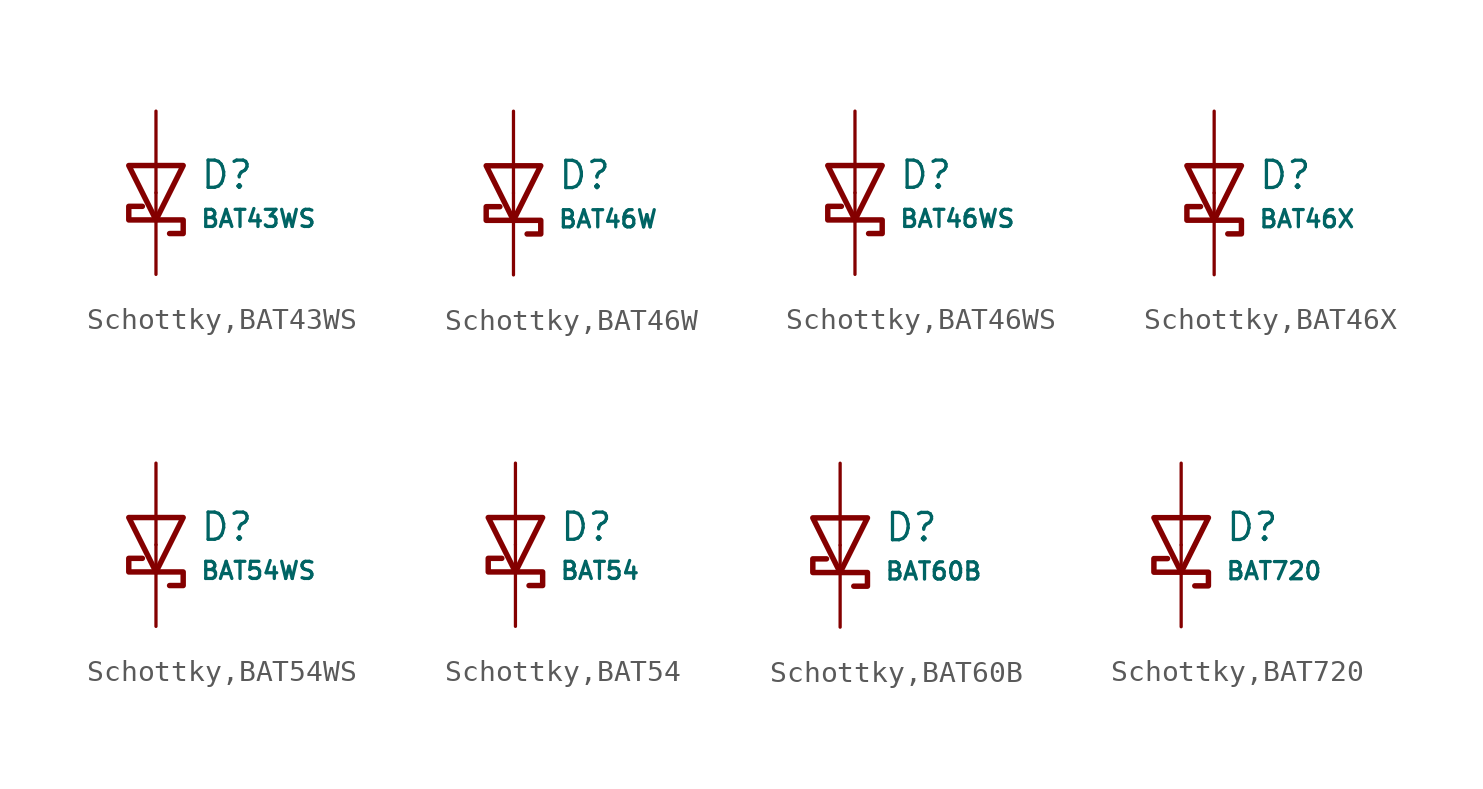
<source format=kicad_sym>
(kicad_symbol_lib
  (version 20231120)
  (generator "CDFER")
  (generator_version "8.0")
  (symbol "Schottky,BAT43WS"
    (pin_numbers hide)
    (pin_names
      (offset 0))
    (property "Reference" "D"
      (at 2.032 0.834 0)
      (effects (font (size 1.27 1.27)) (justify left)))
    (property "Value" "BAT43WS"
      (at 2.032 -1.212 0)
      (effects (font (size 0.8 0.8)) (justify left)))
    (symbol "Schottky,BAT43WS_0_1"
      (polyline (pts (xy -1.27 1.27) (xy 0.00 -1.27) (xy 1.27 1.27) (xy -1.27 1.27)) (stroke (width 0.254) (type default)) (fill (type none))))
    (symbol "Schottky,BAT43WS_0_1"
      (polyline (pts (xy 0.635 -1.905) (xy 1.27 -1.905) (xy 1.27 -1.27) (xy -1.27 -1.27) (xy -1.27 -0.635) (xy -0.635 -0.635)) (stroke (width 0.254) (type default)) (fill (type none))))
    (symbol "Schottky,BAT43WS_1_1"
      (pin passive line (at 0 3.81 270) (length 3.81) (name "~" (effects (font (size 1.27 1.27)))) (number "2" (effects (font (size 1.27 1.27)))))
      (pin passive line (at 0 -3.81 90) (length 3.81) (name "~" (effects (font (size 1.27 1.27)))) (number "1" (effects (font (size 1.27 1.27)))))))
  (symbol "Schottky,BAT46W"
    (pin_numbers hide)
    (pin_names
      (offset 0))
    (property "Reference" "D"
      (at 2.032 0.834 0)
      (effects (font (size 1.27 1.27)) (justify left)))
    (property "Value" "BAT46W"
      (at 2.032 -1.212 0)
      (effects (font (size 0.8 0.8)) (justify left)))
    (symbol "Schottky,BAT46W_0_1"
      (polyline (pts (xy -1.27 1.27) (xy 0.00 -1.27) (xy 1.27 1.27) (xy -1.27 1.27)) (stroke (width 0.254) (type default)) (fill (type none))))
    (symbol "Schottky,BAT46W_0_1"
      (polyline (pts (xy 0.635 -1.905) (xy 1.27 -1.905) (xy 1.27 -1.27) (xy -1.27 -1.27) (xy -1.27 -0.635) (xy -0.635 -0.635)) (stroke (width 0.254) (type default)) (fill (type none))))
    (symbol "Schottky,BAT46W_1_1"
      (pin passive line (at 0 3.81 270) (length 3.81) (name "~" (effects (font (size 1.27 1.27)))) (number "2" (effects (font (size 1.27 1.27)))))
      (pin passive line (at 0 -3.81 90) (length 3.81) (name "~" (effects (font (size 1.27 1.27)))) (number "1" (effects (font (size 1.27 1.27)))))))
  (symbol "Schottky,BAT46WS"
    (pin_numbers hide)
    (pin_names
      (offset 0))
    (property "Reference" "D"
      (at 2.032 0.834 0)
      (effects (font (size 1.27 1.27)) (justify left)))
    (property "Value" "BAT46WS"
      (at 2.032 -1.212 0)
      (effects (font (size 0.8 0.8)) (justify left)))
    (symbol "Schottky,BAT46WS_0_1"
      (polyline (pts (xy -1.27 1.27) (xy 0.00 -1.27) (xy 1.27 1.27) (xy -1.27 1.27)) (stroke (width 0.254) (type default)) (fill (type none))))
    (symbol "Schottky,BAT46WS_0_1"
      (polyline (pts (xy 0.635 -1.905) (xy 1.27 -1.905) (xy 1.27 -1.27) (xy -1.27 -1.27) (xy -1.27 -0.635) (xy -0.635 -0.635)) (stroke (width 0.254) (type default)) (fill (type none))))
    (symbol "Schottky,BAT46WS_1_1"
      (pin passive line (at 0 3.81 270) (length 3.81) (name "~" (effects (font (size 1.27 1.27)))) (number "2" (effects (font (size 1.27 1.27)))))
      (pin passive line (at 0 -3.81 90) (length 3.81) (name "~" (effects (font (size 1.27 1.27)))) (number "1" (effects (font (size 1.27 1.27)))))))
  (symbol "Schottky,BAT46X"
    (pin_numbers hide)
    (pin_names
      (offset 0))
    (property "Reference" "D"
      (at 2.032 0.834 0)
      (effects (font (size 1.27 1.27)) (justify left)))
    (property "Value" "BAT46X"
      (at 2.032 -1.212 0)
      (effects (font (size 0.8 0.8)) (justify left)))
    (symbol "Schottky,BAT46X_0_1"
      (polyline (pts (xy -1.27 1.27) (xy 0.00 -1.27) (xy 1.27 1.27) (xy -1.27 1.27)) (stroke (width 0.254) (type default)) (fill (type none))))
    (symbol "Schottky,BAT46X_0_1"
      (polyline (pts (xy 0.635 -1.905) (xy 1.27 -1.905) (xy 1.27 -1.27) (xy -1.27 -1.27) (xy -1.27 -0.635) (xy -0.635 -0.635)) (stroke (width 0.254) (type default)) (fill (type none))))
    (symbol "Schottky,BAT46X_1_1"
      (pin passive line (at 0 3.81 270) (length 3.81) (name "~" (effects (font (size 1.27 1.27)))) (number "2" (effects (font (size 1.27 1.27)))))
      (pin passive line (at 0 -3.81 90) (length 3.81) (name "~" (effects (font (size 1.27 1.27)))) (number "1" (effects (font (size 1.27 1.27)))))))
  (symbol "Schottky,BAT54WS"
    (pin_numbers hide)
    (pin_names
      (offset 0))
    (property "Reference" "D"
      (at 2.032 0.834 0)
      (effects (font (size 1.27 1.27)) (justify left)))
    (property "Value" "BAT54WS"
      (at 2.032 -1.212 0)
      (effects (font (size 0.8 0.8)) (justify left)))
    (symbol "Schottky,BAT54WS_0_1"
      (polyline (pts (xy -1.27 1.27) (xy 0.00 -1.27) (xy 1.27 1.27) (xy -1.27 1.27)) (stroke (width 0.254) (type default)) (fill (type none))))
    (symbol "Schottky,BAT54WS_0_1"
      (polyline (pts (xy 0.635 -1.905) (xy 1.27 -1.905) (xy 1.27 -1.27) (xy -1.27 -1.27) (xy -1.27 -0.635) (xy -0.635 -0.635)) (stroke (width 0.254) (type default)) (fill (type none))))
    (symbol "Schottky,BAT54WS_1_1"
      (pin passive line (at 0 3.81 270) (length 3.81) (name "~" (effects (font (size 1.27 1.27)))) (number "2" (effects (font (size 1.27 1.27)))))
      (pin passive line (at 0 -3.81 90) (length 3.81) (name "~" (effects (font (size 1.27 1.27)))) (number "1" (effects (font (size 1.27 1.27)))))))
  (symbol "Schottky,BAT54"
    (pin_numbers hide)
    (pin_names
      (offset 0))
    (property "Reference" "D"
      (at 2.032 0.834 0)
      (effects (font (size 1.27 1.27)) (justify left)))
    (property "Value" "BAT54"
      (at 2.032 -1.212 0)
      (effects (font (size 0.8 0.8)) (justify left)))
    (symbol "Schottky,BAT54_0_1"
      (polyline (pts (xy -1.27 1.27) (xy 0.00 -1.27) (xy 1.27 1.27) (xy -1.27 1.27)) (stroke (width 0.254) (type default)) (fill (type none))))
    (symbol "Schottky,BAT54_0_1"
      (polyline (pts (xy 0.635 -1.905) (xy 1.27 -1.905) (xy 1.27 -1.27) (xy -1.27 -1.27) (xy -1.27 -0.635) (xy -0.635 -0.635)) (stroke (width 0.254) (type default)) (fill (type none))))
    (symbol "Schottky,BAT54_1_1"
      (pin passive line (at 0 3.81 270) (length 3.81) (name "~" (effects (font (size 1.27 1.27)))) (number "1" (effects (font (size 1.27 1.27)))))
      (pin passive line (at 0 -3.81 90) (length 3.81) (name "~" (effects (font (size 1.27 1.27)))) (number "3" (effects (font (size 1.27 1.27)))))))
  (symbol "Schottky,BAT60B"
    (pin_numbers hide)
    (pin_names
      (offset 0))
    (property "Reference" "D"
      (at 2.032 0.834 0)
      (effects (font (size 1.27 1.27)) (justify left)))
    (property "Value" "BAT60B"
      (at 2.032 -1.212 0)
      (effects (font (size 0.8 0.8)) (justify left)))
    (symbol "Schottky,BAT60B_0_1"
      (polyline (pts (xy -1.27 1.27) (xy 0.00 -1.27) (xy 1.27 1.27) (xy -1.27 1.27)) (stroke (width 0.254) (type default)) (fill (type none))))
    (symbol "Schottky,BAT60B_0_1"
      (polyline (pts (xy 0.635 -1.905) (xy 1.27 -1.905) (xy 1.27 -1.27) (xy -1.27 -1.27) (xy -1.27 -0.635) (xy -0.635 -0.635)) (stroke (width 0.254) (type default)) (fill (type none))))
    (symbol "Schottky,BAT60B_1_1"
      (pin passive line (at 0 3.81 270) (length 3.81) (name "~" (effects (font (size 1.27 1.27)))) (number "2" (effects (font (size 1.27 1.27)))))
      (pin passive line (at 0 -3.81 90) (length 3.81) (name "~" (effects (font (size 1.27 1.27)))) (number "1" (effects (font (size 1.27 1.27)))))))
  (symbol "Schottky,BAT720"
    (pin_numbers hide)
    (pin_names
      (offset 0))
    (property "Reference" "D"
      (at 2.032 0.834 0)
      (effects (font (size 1.27 1.27)) (justify left)))
    (property "Value" "BAT720"
      (at 2.032 -1.212 0)
      (effects (font (size 0.8 0.8)) (justify left)))
    (symbol "Schottky,BAT720_0_1"
      (polyline (pts (xy -1.27 1.27) (xy 0.00 -1.27) (xy 1.27 1.27) (xy -1.27 1.27)) (stroke (width 0.254) (type default)) (fill (type none))))
    (symbol "Schottky,BAT720_0_1"
      (polyline (pts (xy 0.635 -1.905) (xy 1.27 -1.905) (xy 1.27 -1.27) (xy -1.27 -1.27) (xy -1.27 -0.635) (xy -0.635 -0.635)) (stroke (width 0.254) (type default)) (fill (type none))))
    (symbol "Schottky,BAT720_1_1"
      (pin passive line (at 0 3.81 270) (length 3.81) (name "~" (effects (font (size 1.27 1.27)))) (number "1" (effects (font (size 1.27 1.27)))))
      (pin passive line (at 0 -3.81 90) (length 3.81) (name "~" (effects (font (size 1.27 1.27)))) (number "3" (effects (font (size 1.27 1.27))))))))
</source>
